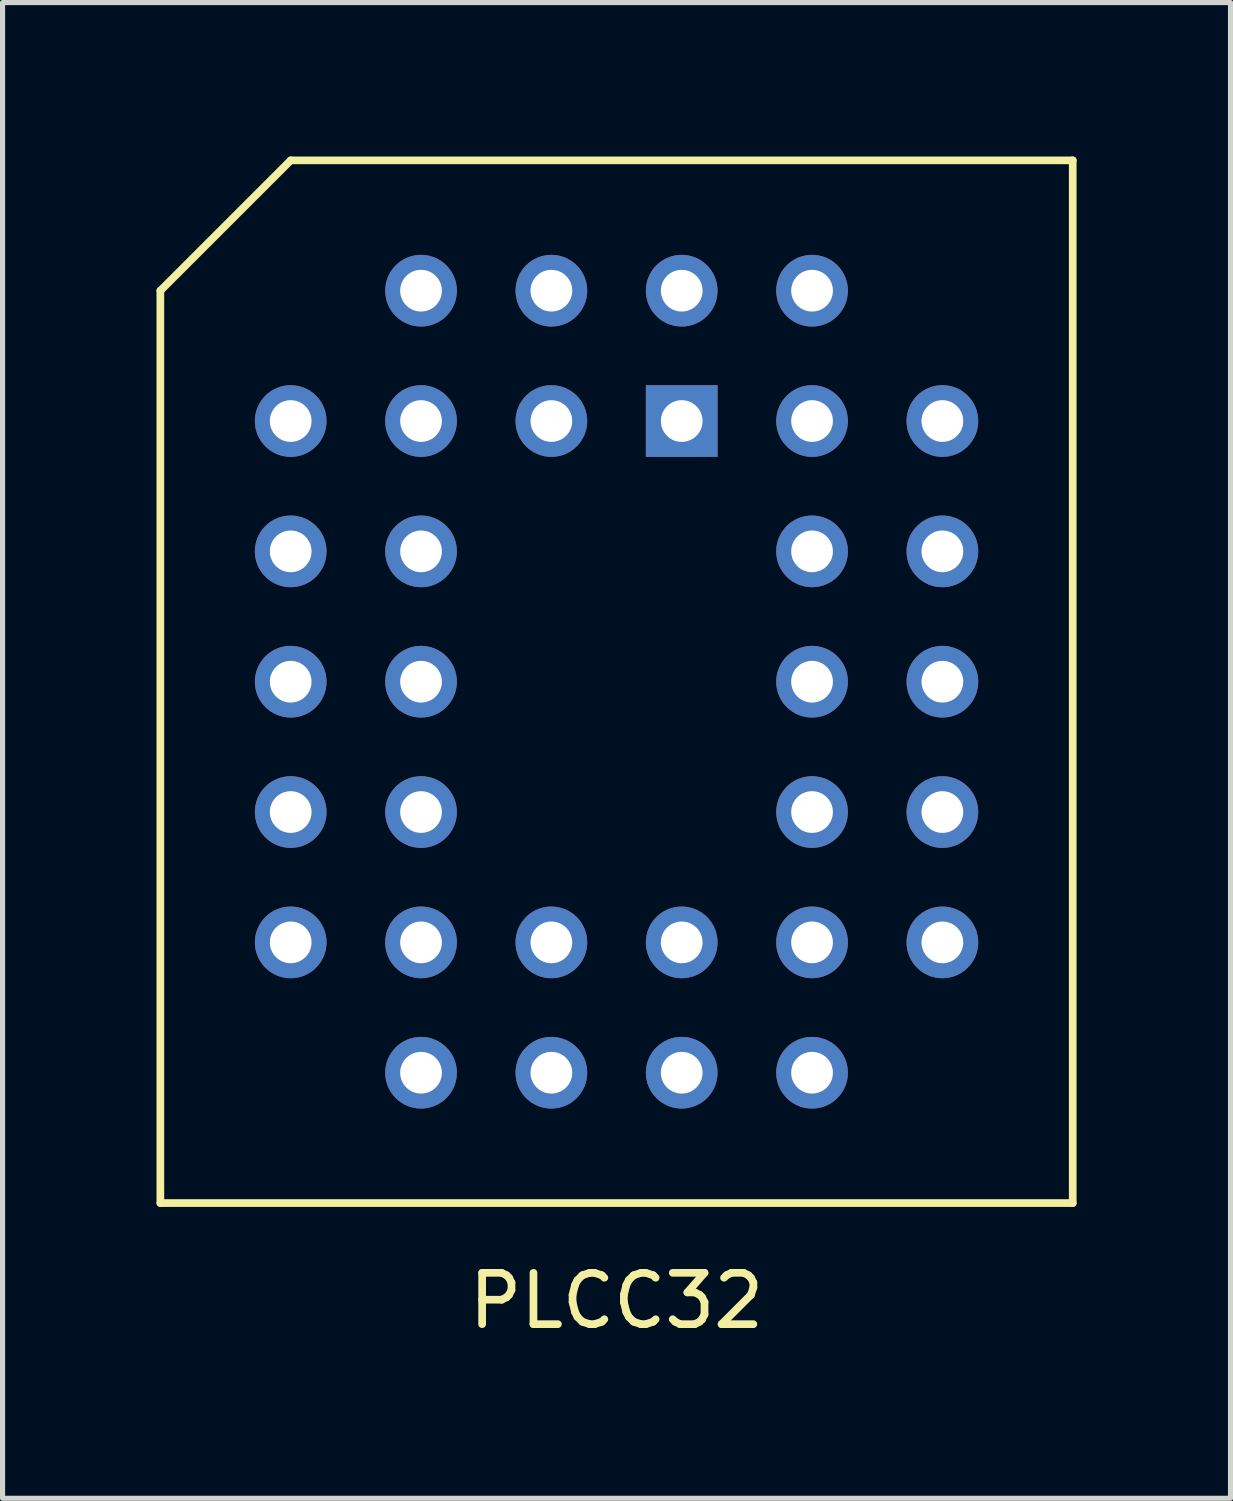
<source format=kicad_pcb>
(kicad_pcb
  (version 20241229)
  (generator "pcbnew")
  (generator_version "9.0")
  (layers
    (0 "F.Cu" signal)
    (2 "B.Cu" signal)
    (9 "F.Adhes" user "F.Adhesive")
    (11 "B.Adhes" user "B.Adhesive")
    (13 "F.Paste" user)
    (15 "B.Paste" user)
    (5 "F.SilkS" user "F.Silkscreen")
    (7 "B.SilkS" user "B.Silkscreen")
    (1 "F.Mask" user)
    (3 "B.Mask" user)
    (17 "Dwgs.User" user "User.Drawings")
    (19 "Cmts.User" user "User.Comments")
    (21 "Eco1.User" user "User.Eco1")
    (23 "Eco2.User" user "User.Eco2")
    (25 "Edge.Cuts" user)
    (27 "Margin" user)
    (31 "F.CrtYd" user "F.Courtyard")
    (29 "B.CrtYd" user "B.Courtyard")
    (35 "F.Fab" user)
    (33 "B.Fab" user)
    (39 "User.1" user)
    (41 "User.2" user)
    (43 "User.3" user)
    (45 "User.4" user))
  (footprint "PLCC32"
    (layer "F.Cu")
    (at 8.965 10.235)
    (property "Reference" "PLCC32" (at 0 12.065 0) (layer "F.SilkS") (effects (font (size 1 1) (thickness 0.15))))
    (attr through_hole)
    (fp_line (start -8.89 -7.62) (end -8.89 10.16) (stroke (width 0.15) (type solid)) (layer "F.SilkS"))
    (fp_line (start -8.89 10.16) (end 8.89 10.16) (stroke (width 0.15) (type solid)) (layer "F.SilkS"))
    (fp_line (start -6.35 -10.16) (end -8.89 -7.62) (stroke (width 0.15) (type solid)) (layer "F.SilkS"))
    (fp_line (start 8.89 -10.16) (end -6.35 -10.16) (stroke (width 0.15) (type solid)) (layer "F.SilkS"))
    (fp_line (start 8.89 -10.16) (end 8.89 10.16) (stroke (width 0.15) (type solid)) (layer "F.SilkS"))
    (pad "1" thru_hole rect (at 1.27 -5.08) (size 1.397 1.397) (drill 0.813) (layers "*.Cu" "*.Mask"))
    (pad "2" thru_hole circle (at -1.27 -7.62) (size 1.397 1.397) (drill 0.813) (layers "*.Cu" "*.Mask"))
    (pad "3" thru_hole circle (at -1.27 -5.08) (size 1.397 1.397) (drill 0.813) (layers "*.Cu" "*.Mask"))
    (pad "4" thru_hole circle (at -3.81 -7.62) (size 1.397 1.397) (drill 0.813) (layers "*.Cu" "*.Mask"))
    (pad "5" thru_hole circle (at -6.35 -5.08) (size 1.397 1.397) (drill 0.813) (layers "*.Cu" "*.Mask"))
    (pad "6" thru_hole circle (at -3.81 -5.08) (size 1.397 1.397) (drill 0.813) (layers "*.Cu" "*.Mask"))
    (pad "7" thru_hole circle (at -6.35 -2.54) (size 1.397 1.397) (drill 0.813) (layers "*.Cu" "*.Mask"))
    (pad "8" thru_hole circle (at -3.81 -2.54) (size 1.397 1.397) (drill 0.813) (layers "*.Cu" "*.Mask"))
    (pad "9" thru_hole circle (at -6.35 0) (size 1.397 1.397) (drill 0.813) (layers "*.Cu" "*.Mask"))
    (pad "10" thru_hole circle (at -3.81 0) (size 1.397 1.397) (drill 0.813) (layers "*.Cu" "*.Mask"))
    (pad "11" thru_hole circle (at -6.35 2.54) (size 1.397 1.397) (drill 0.813) (layers "*.Cu" "*.Mask"))
    (pad "12" thru_hole circle (at -3.81 2.54) (size 1.397 1.397) (drill 0.813) (layers "*.Cu" "*.Mask"))
    (pad "13" thru_hole circle (at -6.35 5.08) (size 1.397 1.397) (drill 0.813) (layers "*.Cu" "*.Mask"))
    (pad "14" thru_hole circle (at -3.81 7.62) (size 1.397 1.397) (drill 0.813) (layers "*.Cu" "*.Mask"))
    (pad "15" thru_hole circle (at -3.81 5.08) (size 1.397 1.397) (drill 0.813) (layers "*.Cu" "*.Mask"))
    (pad "16" thru_hole circle (at -1.27 7.62) (size 1.397 1.397) (drill 0.813) (layers "*.Cu" "*.Mask"))
    (pad "17" thru_hole circle (at -1.27 5.08) (size 1.397 1.397) (drill 0.813) (layers "*.Cu" "*.Mask"))
    (pad "18" thru_hole circle (at 1.27 7.62) (size 1.397 1.397) (drill 0.813) (layers "*.Cu" "*.Mask"))
    (pad "19" thru_hole circle (at 1.27 5.08) (size 1.397 1.397) (drill 0.813) (layers "*.Cu" "*.Mask"))
    (pad "20" thru_hole circle (at 3.81 7.62) (size 1.397 1.397) (drill 0.813) (layers "*.Cu" "*.Mask"))
    (pad "21" thru_hole circle (at 6.35 5.08) (size 1.397 1.397) (drill 0.813) (layers "*.Cu" "*.Mask"))
    (pad "22" thru_hole circle (at 3.81 5.08) (size 1.397 1.397) (drill 0.813) (layers "*.Cu" "*.Mask"))
    (pad "23" thru_hole circle (at 6.35 2.54) (size 1.397 1.397) (drill 0.813) (layers "*.Cu" "*.Mask"))
    (pad "24" thru_hole circle (at 3.81 2.54) (size 1.397 1.397) (drill 0.813) (layers "*.Cu" "*.Mask"))
    (pad "25" thru_hole circle (at 6.35 0) (size 1.397 1.397) (drill 0.813) (layers "*.Cu" "*.Mask"))
    (pad "26" thru_hole circle (at 3.81 0) (size 1.397 1.397) (drill 0.813) (layers "*.Cu" "*.Mask"))
    (pad "27" thru_hole circle (at 6.35 -2.54) (size 1.397 1.397) (drill 0.813) (layers "*.Cu" "*.Mask"))
    (pad "28" thru_hole circle (at 3.81 -2.54) (size 1.397 1.397) (drill 0.813) (layers "*.Cu" "*.Mask"))
    (pad "29" thru_hole circle (at 6.35 -5.08) (size 1.397 1.397) (drill 0.813) (layers "*.Cu" "*.Mask"))
    (pad "30" thru_hole circle (at 3.81 -7.62) (size 1.397 1.397) (drill 0.813) (layers "*.Cu" "*.Mask"))
    (pad "31" thru_hole circle (at 3.81 -5.08) (size 1.397 1.397) (drill 0.813) (layers "*.Cu" "*.Mask"))
    (pad "32" thru_hole circle (at 1.27 -7.62) (size 1.397 1.397) (drill 0.813) (layers "*.Cu" "*.Mask")))
  (gr_rect
    (start -3 -3)
    (end 20.93 26.148)
    (stroke (width 0.1) (type default))
    (fill no)
    (layer "Edge.Cuts")))
</source>
